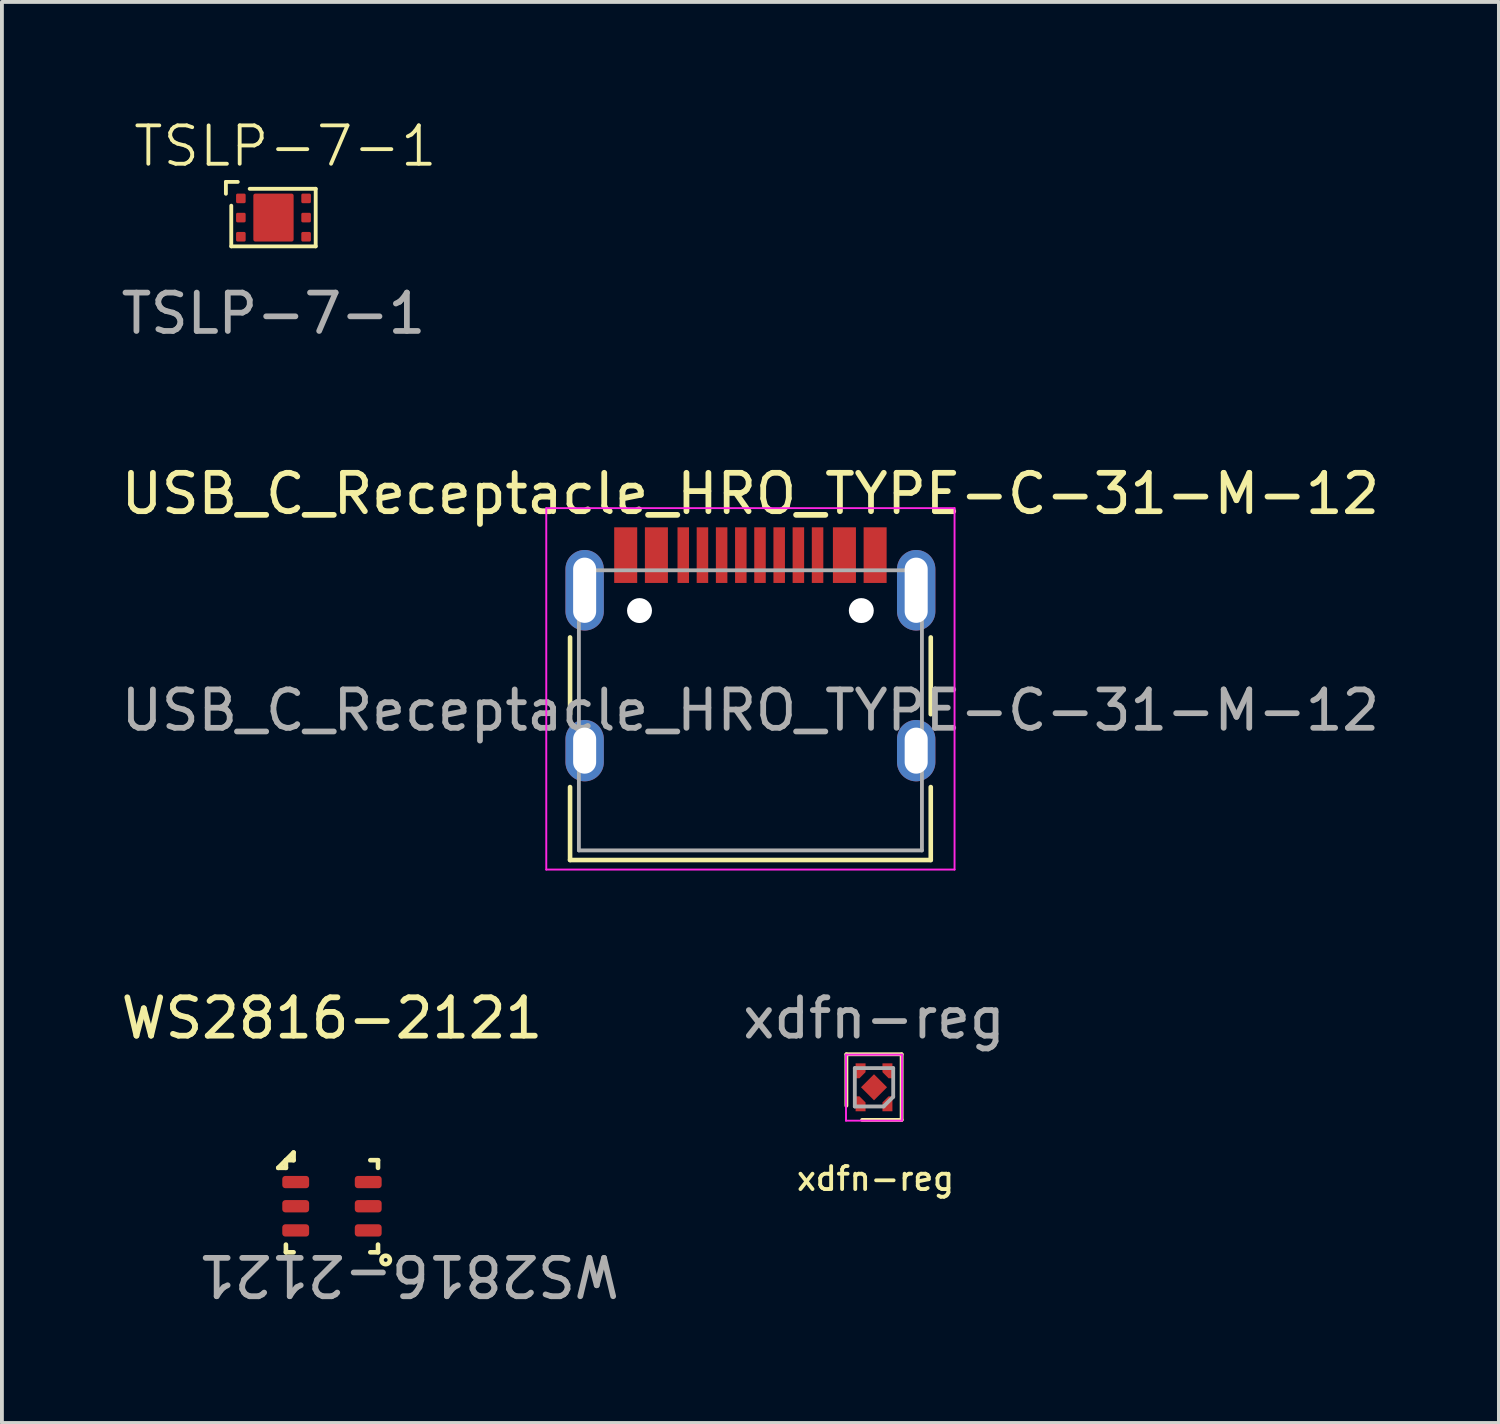
<source format=kicad_pcb>
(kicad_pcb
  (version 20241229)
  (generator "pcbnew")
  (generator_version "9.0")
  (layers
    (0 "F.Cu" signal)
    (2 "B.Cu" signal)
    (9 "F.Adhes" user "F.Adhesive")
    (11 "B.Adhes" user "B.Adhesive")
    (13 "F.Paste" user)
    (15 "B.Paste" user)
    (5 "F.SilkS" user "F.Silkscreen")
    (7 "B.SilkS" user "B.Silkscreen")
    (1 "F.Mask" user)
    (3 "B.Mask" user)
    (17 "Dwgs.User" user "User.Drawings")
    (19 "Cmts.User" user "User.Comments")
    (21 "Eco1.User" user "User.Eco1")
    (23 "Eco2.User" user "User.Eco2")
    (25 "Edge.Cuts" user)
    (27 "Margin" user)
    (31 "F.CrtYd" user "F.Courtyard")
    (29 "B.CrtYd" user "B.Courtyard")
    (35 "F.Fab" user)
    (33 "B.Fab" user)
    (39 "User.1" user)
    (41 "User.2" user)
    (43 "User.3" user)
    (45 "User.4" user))
  (footprint "TSLP-7-1"
    (layer "F.Cu")
    (at 4.077 2.62)
    (property "Reference" "TSLP-7-1" (at 0.31 -1.86 0) (unlocked yes) (layer "F.SilkS") (effects (font (size 1 1) (thickness 0.1))))
    (attr smd)
    (fp_line (start -1.24 -0.93) (end -0.93 -0.93) (stroke (width 0.1) (type default)) (layer "F.SilkS"))
    (fp_line (start -1.24 -0.62) (end -1.24 -0.93) (stroke (width 0.1) (type default)) (layer "F.SilkS"))
    (fp_line (start -1.1 -0.31) (end -1.1 0.75) (stroke (width 0.1) (type solid)) (layer "F.SilkS"))
    (fp_line (start -1.1 0.75) (end 1.1 0.75) (stroke (width 0.1) (type solid)) (layer "F.SilkS"))
    (fp_line (start -0.62 -0.75) (end 1.1 -0.75) (stroke (width 0.1) (type solid)) (layer "F.SilkS"))
    (fp_line (start 1.1 -0.75) (end 1.1 0.75) (stroke (width 0.1) (type default)) (layer "F.SilkS"))
    (fp_text user "${REFERENCE}" (at 0 2.5 0) (unlocked yes) (layer "F.Fab") (effects (font (size 1 1) (thickness 0.15))))
    (pad "1" smd roundrect (at -0.85 -0.5) (size 0.25 0.25) (layers "F.Cu" "F.Mask" "F.Paste") (roundrect_rratio 0.15))
    (pad "2" smd roundrect (at -0.85 0) (size 0.25 0.25) (layers "F.Cu" "F.Mask" "F.Paste") (roundrect_rratio 0.15))
    (pad "3" smd roundrect (at -0.85 0.5) (size 0.25 0.25) (layers "F.Cu" "F.Mask" "F.Paste") (roundrect_rratio 0.15))
    (pad "4" smd roundrect (at 0.85 0.5) (size 0.25 0.25) (layers "F.Cu" "F.Mask" "F.Paste") (roundrect_rratio 0.15))
    (pad "5" smd roundrect (at 0.85 0) (size 0.25 0.25) (layers "F.Cu" "F.Mask" "F.Paste") (roundrect_rratio 0.15))
    (pad "6" smd roundrect (at 0.85 -0.5) (size 0.25 0.25) (layers "F.Cu" "F.Mask" "F.Paste") (roundrect_rratio 0.15))
    (pad "7" smd roundrect (at 0 0) (size 1.05 1.25) (layers "F.Cu" "F.Mask" "F.Paste") (roundrect_rratio 0.05)))
  (footprint "USB_C_Receptacle_HRO_TYPE-C-31-M-12"
    (layer "F.Cu")
    (at 16.506 15.462)
    (property "Reference" "USB_C_Receptacle_HRO_TYPE-C-31-M-12" (at 0 -5.645 0) (layer "F.SilkS") (effects (font (size 1 1) (thickness 0.15))))
    (attr smd)
    (fp_line (start -4.7 -1.9) (end -4.7 0.1) (stroke (width 0.12) (type solid)) (layer "F.SilkS"))
    (fp_line (start -4.7 2) (end -4.7 3.9) (stroke (width 0.12) (type solid)) (layer "F.SilkS"))
    (fp_line (start -4.7 3.9) (end 4.7 3.9) (stroke (width 0.12) (type solid)) (layer "F.SilkS"))
    (fp_line (start 4.7 -1.9) (end 4.7 0.1) (stroke (width 0.12) (type solid)) (layer "F.SilkS"))
    (fp_line (start 4.7 2) (end 4.7 3.9) (stroke (width 0.12) (type solid)) (layer "F.SilkS"))
    (fp_line (start -5.32 -5.27) (end -5.32 4.15) (stroke (width 0.05) (type solid)) (layer "F.CrtYd"))
    (fp_line (start -5.32 -5.27) (end 5.32 -5.27) (stroke (width 0.05) (type solid)) (layer "F.CrtYd"))
    (fp_line (start -5.32 4.15) (end 5.32 4.15) (stroke (width 0.05) (type solid)) (layer "F.CrtYd"))
    (fp_line (start 5.32 -5.27) (end 5.32 4.15) (stroke (width 0.05) (type solid)) (layer "F.CrtYd"))
    (fp_line (start -4.47 -3.65) (end -4.47 3.65) (stroke (width 0.1) (type solid)) (layer "F.Fab"))
    (fp_line (start -4.47 -3.65) (end 4.47 -3.65) (stroke (width 0.1) (type solid)) (layer "F.Fab"))
    (fp_line (start -4.47 3.65) (end 4.47 3.65) (stroke (width 0.1) (type solid)) (layer "F.Fab"))
    (fp_line (start 4.47 -3.65) (end 4.47 3.65) (stroke (width 0.1) (type solid)) (layer "F.Fab"))
    (fp_text user "${REFERENCE}" (at 0 0 0) (layer "F.Fab") (effects (font (size 1 1) (thickness 0.15))))
    (pad "" np_thru_hole circle (at -2.89 -2.6) (size 0.65 0.65) (drill 0.65) (layers "*.Cu" "*.Mask"))
    (pad "" np_thru_hole circle (at 2.89 -2.6) (size 0.65 0.65) (drill 0.65) (layers "*.Cu" "*.Mask"))
    (pad "A1_B12" smd rect (at -3.25 -4.045) (size 0.6 1.45) (layers "F.Cu" "F.Mask" "F.Paste"))
    (pad "A4_B9" smd rect (at -2.45 -4.045) (size 0.6 1.45) (layers "F.Cu" "F.Mask" "F.Paste"))
    (pad "A5" smd rect (at -1.25 -4.045) (size 0.3 1.45) (layers "F.Cu" "F.Mask" "F.Paste"))
    (pad "A6" smd rect (at -0.25 -4.045) (size 0.3 1.45) (layers "F.Cu" "F.Mask" "F.Paste"))
    (pad "A7" smd rect (at 0.25 -4.045) (size 0.3 1.45) (layers "F.Cu" "F.Mask" "F.Paste"))
    (pad "A8" smd rect (at 1.25 -4.045) (size 0.3 1.45) (layers "F.Cu" "F.Mask" "F.Paste"))
    (pad "A9_B4" smd rect (at 2.45 -4.045) (size 0.6 1.45) (layers "F.Cu" "F.Mask" "F.Paste"))
    (pad "A12_B1" smd rect (at 3.25 -4.045) (size 0.6 1.45) (layers "F.Cu" "F.Mask" "F.Paste"))
    (pad "B5" smd rect (at 1.75 -4.045) (size 0.3 1.45) (layers "F.Cu" "F.Mask" "F.Paste"))
    (pad "B6" smd rect (at 0.75 -4.045) (size 0.3 1.45) (layers "F.Cu" "F.Mask" "F.Paste"))
    (pad "B7" smd rect (at -0.75 -4.045) (size 0.3 1.45) (layers "F.Cu" "F.Mask" "F.Paste"))
    (pad "B8" smd rect (at -1.75 -4.045) (size 0.3 1.45) (layers "F.Cu" "F.Mask" "F.Paste"))
    (pad "S1" thru_hole oval (at -4.32 -3.13) (size 1 2.1) (drill oval 0.6 1.7) (layers "*.Cu" "*.Mask" "F.Paste"))
    (pad "S1" thru_hole oval (at -4.32 1.05) (size 1 1.6) (drill oval 0.6 1.2) (layers "*.Cu" "*.Mask" "F.Paste"))
    (pad "S1" thru_hole oval (at 4.32 -3.13) (size 1 2.1) (drill oval 0.6 1.7) (layers "*.Cu" "*.Mask" "F.Paste"))
    (pad "S1" thru_hole oval (at 4.32 1.05) (size 1 1.6) (drill oval 0.6 1.2) (layers "*.Cu" "*.Mask" "F.Paste")))
  (footprint "WS2816-2121"
    (layer "F.Cu")
    (at 5.596 28.385)
    (property "Reference" "WS2816-2121" (at 0.005 -4.9 0) (unlocked yes) (layer "F.SilkS") (effects (font (size 1 1) (thickness 0.15))))
    (attr smd)
    (fp_line (start -1.395 -1) (end -1.195 -1) (stroke (width 0.12) (type solid)) (layer "F.SilkS"))
    (fp_line (start -1.195 -1.2) (end -0.995 -1.2) (stroke (width 0.12) (type solid)) (layer "F.SilkS"))
    (fp_line (start -1.195 -1) (end -1.195 -1.2) (stroke (width 0.12) (type solid)) (layer "F.SilkS"))
    (fp_line (start -1.195 1.2) (end -1.195 1) (stroke (width 0.12) (type solid)) (layer "F.SilkS"))
    (fp_line (start -0.995 -1.4) (end -1.395 -1) (stroke (width 0.12) (type solid)) (layer "F.SilkS"))
    (fp_line (start -0.995 -1.2) (end -0.995 -1.4) (stroke (width 0.12) (type solid)) (layer "F.SilkS"))
    (fp_line (start -0.995 1.2) (end -1.195 1.2) (stroke (width 0.12) (type solid)) (layer "F.SilkS"))
    (fp_line (start 1.005 -1.2) (end 1.205 -1.2) (stroke (width 0.12) (type solid)) (layer "F.SilkS"))
    (fp_line (start 1.205 -1.2) (end 1.205 -1) (stroke (width 0.12) (type solid)) (layer "F.SilkS"))
    (fp_line (start 1.205 1) (end 1.205 1.2) (stroke (width 0.12) (type solid)) (layer "F.SilkS"))
    (fp_line (start 1.205 1.2) (end 1.005 1.2) (stroke (width 0.12) (type solid)) (layer "F.SilkS"))
    (fp_circle (center 1.405 1.4) (end 1.455 1.4) (stroke (width 0.12) (type solid)) (fill no) (layer "F.SilkS"))
    (fp_text user "${REFERENCE}" (at 2 1.8 180) (unlocked yes) (layer "F.Fab") (effects (font (size 1 1) (thickness 0.15))))
    (pad "1" smd roundrect (at 0.95 0.63 270) (size 0.32 0.7) (layers "F.Cu" "F.Mask" "F.Paste") (roundrect_rratio 0.25))
    (pad "2" smd roundrect (at 0.95 0 270) (size 0.32 0.7) (layers "F.Cu" "F.Mask" "F.Paste") (roundrect_rratio 0.25))
    (pad "3" smd roundrect (at 0.95 -0.63 270) (size 0.32 0.7) (layers "F.Cu" "F.Mask" "F.Paste") (roundrect_rratio 0.25))
    (pad "4" smd roundrect (at -0.94 -0.63 270) (size 0.32 0.7) (layers "F.Cu" "F.Mask" "F.Paste") (roundrect_rratio 0.25))
    (pad "5" smd roundrect (at -0.94 0 270) (size 0.32 0.7) (layers "F.Cu" "F.Mask" "F.Paste") (roundrect_rratio 0.25))
    (pad "6" smd roundrect (at -0.94 0.63 270) (size 0.32 0.7) (layers "F.Cu" "F.Mask" "F.Paste") (roundrect_rratio 0.25)))
  (footprint "xdfn-reg"
    (layer "F.Cu")
    (at 19.727 25.285)
    (property "Reference" "xdfn-reg" (at 0.04 2.38 0) (unlocked yes) (layer "F.SilkS") (effects (font (size 0.6 0.6) (thickness 0.1))))
    (attr smd)
    (fp_line (start -0.72 -0.86) (end -0.72 0.48) (stroke (width 0.1) (type solid)) (layer "F.SilkS"))
    (fp_line (start 0.72 -0.86) (end -0.72 -0.86) (stroke (width 0.1) (type solid)) (layer "F.SilkS"))
    (fp_line (start 0.72 0.85) (end -0.31 0.85) (stroke (width 0.1) (type solid)) (layer "F.SilkS"))
    (fp_line (start 0.72 0.85) (end 0.72 -0.86) (stroke (width 0.1) (type solid)) (layer "F.SilkS"))
    (fp_line (start -0.73 -0.85) (end 0.73 -0.85) (stroke (width 0.05) (type solid)) (layer "F.CrtYd"))
    (fp_line (start -0.73 0.87) (end -0.73 -0.85) (stroke (width 0.05) (type solid)) (layer "F.CrtYd"))
    (fp_line (start 0.73 -0.85) (end 0.73 0.87) (stroke (width 0.05) (type solid)) (layer "F.CrtYd"))
    (fp_line (start 0.73 0.87) (end -0.73 0.87) (stroke (width 0.05) (type solid)) (layer "F.CrtYd"))
    (fp_line (start -0.5 -0.5) (end 0.5 -0.5) (stroke (width 0.1) (type solid)) (layer "F.Fab"))
    (fp_line (start -0.5 0.5) (end -0.5 -0.5) (stroke (width 0.1) (type solid)) (layer "F.Fab"))
    (fp_line (start 0.25 0.5) (end -0.5 0.5) (stroke (width 0.1) (type solid)) (layer "F.Fab"))
    (fp_line (start 0.5 -0.5) (end 0.5 0.25) (stroke (width 0.1) (type solid)) (layer "F.Fab"))
    (fp_line (start 0.5 0.25) (end 0.25 0.5) (stroke (width 0.1) (type solid)) (layer "F.Fab"))
    (fp_text user "${REFERENCE}" (at 0 -1.8 0) (unlocked yes) (layer "F.Fab") (effects (font (size 1 1) (thickness 0.15))))
    (pad "1" smd custom (at -0.35 0.51) (size 0.26 0.23) (layers "F.Cu" "F.Mask" "F.Paste") (options (anchor rect)) (primitives (gr_poly (pts (xy 0.13 -0.115) (xy -0.13 -0.115) (xy -0.13 -0.275) (xy -0.03 -0.275)) (width 0) (fill yes))))
    (pad "2" smd custom (at 0.35 0.51) (size 0.26 0.23) (layers "F.Cu" "F.Mask" "F.Paste") (options (anchor rect)) (primitives (gr_poly (pts (xy 0.13 -0.115) (xy -0.13 -0.115) (xy 0.03 -0.275) (xy 0.13 -0.275)) (width 0) (fill yes))))
    (pad "3" smd custom (at 0.35 -0.51 180) (size 0.26 0.23) (layers "F.Cu" "F.Mask" "F.Paste") (options (anchor rect)) (primitives (gr_poly (pts (xy 0.13 -0.115) (xy -0.13 -0.115) (xy -0.13 -0.275) (xy -0.03 -0.275)) (width 0) (fill yes))))
    (pad "4" smd custom (at -0.35 -0.51 180) (size 0.26 0.23) (layers "F.Cu" "F.Mask" "F.Paste") (options (anchor rect)) (primitives (gr_poly (pts (xy 0.13 -0.115) (xy -0.13 -0.115) (xy 0.03 -0.275) (xy 0.13 -0.275)) (width 0) (fill yes))))
    (pad "5" smd rect (at 0 0 225) (size 0.48 0.48) (layers "F.Cu" "F.Mask" "F.Paste")))
  (gr_rect
    (start -3 -3)
    (end 36.012 34.033)
    (stroke (width 0.1) (type default))
    (fill no)
    (layer "Edge.Cuts")))
</source>
